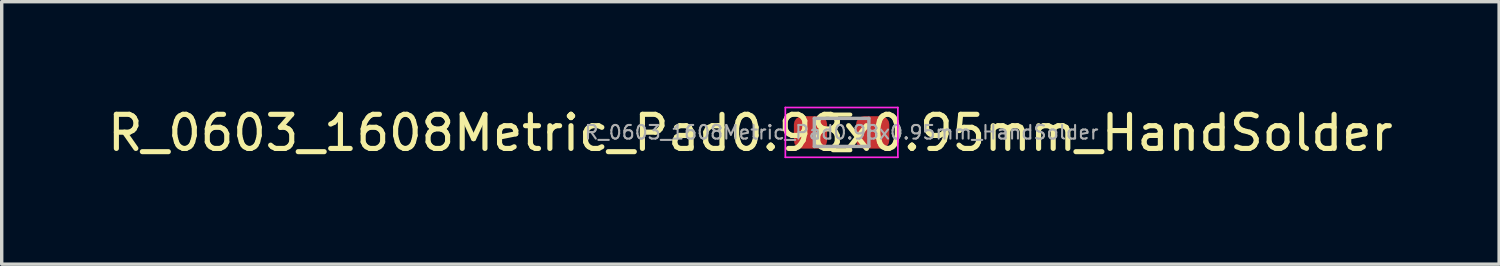
<source format=kicad_pcb>
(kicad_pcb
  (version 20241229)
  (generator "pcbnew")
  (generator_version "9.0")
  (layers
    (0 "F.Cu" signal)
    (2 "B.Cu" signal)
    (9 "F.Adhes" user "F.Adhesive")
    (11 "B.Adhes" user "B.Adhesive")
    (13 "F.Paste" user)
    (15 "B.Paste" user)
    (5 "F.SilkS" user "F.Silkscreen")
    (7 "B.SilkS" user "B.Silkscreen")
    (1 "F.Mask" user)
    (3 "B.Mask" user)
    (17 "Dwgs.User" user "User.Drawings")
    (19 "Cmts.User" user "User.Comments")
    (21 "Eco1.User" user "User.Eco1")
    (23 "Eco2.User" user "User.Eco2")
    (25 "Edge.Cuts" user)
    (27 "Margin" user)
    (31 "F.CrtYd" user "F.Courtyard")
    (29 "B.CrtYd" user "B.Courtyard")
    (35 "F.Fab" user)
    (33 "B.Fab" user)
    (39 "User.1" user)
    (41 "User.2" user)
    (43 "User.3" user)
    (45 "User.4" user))
  (footprint "R_0603_1608Metric_Pad0.98x0.95mm_HandSolder"
    (layer "F.Cu")
    (at 21.633 0.833)
    (property "Reference" "R_0603_1608Metric_Pad0.98x0.95mm_HandSolder" (at -2.675 0.015 0) (layer "F.SilkS") (effects (font (size 1 1) (thickness 0.15))))
    (attr smd)
    (fp_line (start -0.255 -0.522) (end 0.255 -0.522) (stroke (width 0.12) (type solid)) (layer "F.SilkS"))
    (fp_line (start -0.255 0.522) (end 0.255 0.522) (stroke (width 0.12) (type solid)) (layer "F.SilkS"))
    (fp_line (start -1.65 -0.73) (end 1.65 -0.73) (stroke (width 0.05) (type solid)) (layer "F.CrtYd"))
    (fp_line (start -1.65 0.73) (end -1.65 -0.73) (stroke (width 0.05) (type solid)) (layer "F.CrtYd"))
    (fp_line (start 1.65 -0.73) (end 1.65 0.73) (stroke (width 0.05) (type solid)) (layer "F.CrtYd"))
    (fp_line (start 1.65 0.73) (end -1.65 0.73) (stroke (width 0.05) (type solid)) (layer "F.CrtYd"))
    (fp_line (start -0.8 -0.412) (end 0.8 -0.412) (stroke (width 0.1) (type solid)) (layer "F.Fab"))
    (fp_line (start -0.8 0.412) (end -0.8 -0.412) (stroke (width 0.1) (type solid)) (layer "F.Fab"))
    (fp_line (start 0.8 -0.412) (end 0.8 0.412) (stroke (width 0.1) (type solid)) (layer "F.Fab"))
    (fp_line (start 0.8 0.412) (end -0.8 0.412) (stroke (width 0.1) (type solid)) (layer "F.Fab"))
    (fp_text user "${REFERENCE}" (at 0 0 0) (layer "F.Fab") (effects (font (size 0.4 0.4) (thickness 0.06))))
    (pad "1" smd roundrect (at -0.912 0) (size 0.975 0.95) (layers "F.Cu" "F.Mask" "F.Paste") (roundrect_rratio 0.25))
    (pad "2" smd roundrect (at 0.912 0) (size 0.975 0.95) (layers "F.Cu" "F.Mask" "F.Paste") (roundrect_rratio 0.25)))
  (gr_rect
    (start -3 -3)
    (end 40.917 4.697)
    (stroke (width 0.1) (type default))
    (fill no)
    (layer "Edge.Cuts")))
</source>
